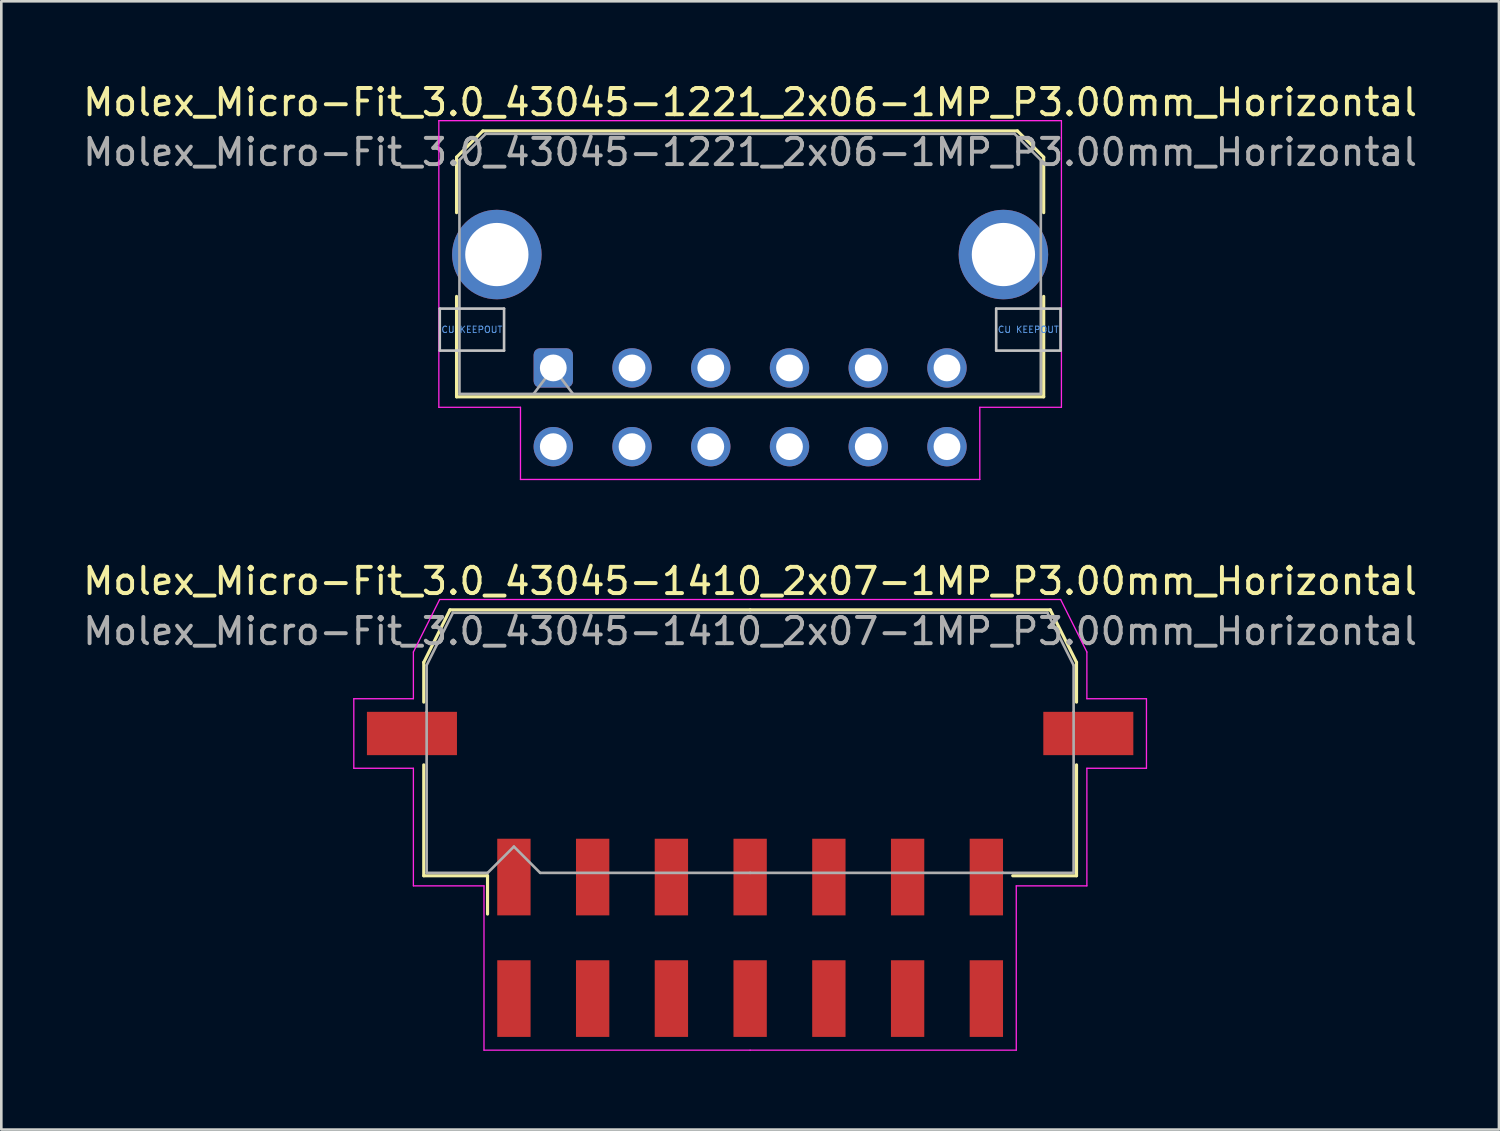
<source format=kicad_pcb>
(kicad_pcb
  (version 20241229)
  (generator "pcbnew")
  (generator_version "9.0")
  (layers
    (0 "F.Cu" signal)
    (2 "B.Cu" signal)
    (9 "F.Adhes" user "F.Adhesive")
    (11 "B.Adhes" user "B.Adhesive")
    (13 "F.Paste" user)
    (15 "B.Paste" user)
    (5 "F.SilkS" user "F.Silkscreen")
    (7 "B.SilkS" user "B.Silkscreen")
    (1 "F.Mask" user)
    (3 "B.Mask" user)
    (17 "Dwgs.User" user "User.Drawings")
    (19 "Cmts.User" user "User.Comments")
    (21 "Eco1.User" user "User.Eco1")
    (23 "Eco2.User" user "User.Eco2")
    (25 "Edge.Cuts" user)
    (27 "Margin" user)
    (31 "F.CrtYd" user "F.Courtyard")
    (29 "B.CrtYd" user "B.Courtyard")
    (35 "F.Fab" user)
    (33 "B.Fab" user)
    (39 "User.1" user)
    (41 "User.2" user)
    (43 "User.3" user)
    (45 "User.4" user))
  (footprint "Molex_Micro-Fit_3.0_43045-1410_2x07-1MP_P3.00mm_Horizontal"
    (layer "F.Cu")
    (at 25.53 32.681)
    (property "Reference" "Molex_Micro-Fit_3.0_43045-1410_2x07-1MP_P3.00mm_Horizontal" (at 0 -13.59 0) (layer "F.SilkS") (effects (font (size 1 1) (thickness 0.15))))
    (attr smd)
    (fp_line (start -12.435 -10.495) (end -12.435 -8.98) (stroke (width 0.12) (type solid)) (layer "F.SilkS"))
    (fp_line (start -12.435 -6.59) (end -12.435 -2.365) (stroke (width 0.12) (type solid)) (layer "F.SilkS"))
    (fp_line (start -12.435 -2.365) (end -10.005 -2.365) (stroke (width 0.12) (type solid)) (layer "F.SilkS"))
    (fp_line (start -11.435 -12.495) (end -12.435 -10.495) (stroke (width 0.12) (type solid)) (layer "F.SilkS"))
    (fp_line (start -10.005 -2.365) (end -10.005 -0.905) (stroke (width 0.12) (type solid)) (layer "F.SilkS"))
    (fp_line (start 0 -12.495) (end -11.435 -12.495) (stroke (width 0.12) (type solid)) (layer "F.SilkS"))
    (fp_line (start 0 -12.495) (end 11.435 -12.495) (stroke (width 0.12) (type solid)) (layer "F.SilkS"))
    (fp_line (start 11.435 -12.495) (end 12.435 -10.495) (stroke (width 0.12) (type solid)) (layer "F.SilkS"))
    (fp_line (start 12.435 -10.495) (end 12.435 -8.98) (stroke (width 0.12) (type solid)) (layer "F.SilkS"))
    (fp_line (start 12.435 -6.59) (end 12.435 -2.365) (stroke (width 0.12) (type solid)) (layer "F.SilkS"))
    (fp_line (start 12.435 -2.365) (end 10.005 -2.365) (stroke (width 0.12) (type solid)) (layer "F.SilkS"))
    (fp_line (start -15.1 -9.11) (end -15.1 -6.46) (stroke (width 0.05) (type solid)) (layer "F.CrtYd"))
    (fp_line (start -15.1 -6.46) (end -12.83 -6.46) (stroke (width 0.05) (type solid)) (layer "F.CrtYd"))
    (fp_line (start -12.83 -10.89) (end -12.83 -9.11) (stroke (width 0.05) (type solid)) (layer "F.CrtYd"))
    (fp_line (start -12.83 -9.11) (end -15.1 -9.11) (stroke (width 0.05) (type solid)) (layer "F.CrtYd"))
    (fp_line (start -12.83 -6.46) (end -12.83 -1.98) (stroke (width 0.05) (type solid)) (layer "F.CrtYd"))
    (fp_line (start -12.83 -1.98) (end -10.14 -1.98) (stroke (width 0.05) (type solid)) (layer "F.CrtYd"))
    (fp_line (start -11.83 -12.89) (end -12.83 -10.89) (stroke (width 0.05) (type solid)) (layer "F.CrtYd"))
    (fp_line (start -10.14 -1.98) (end -10.14 4.28) (stroke (width 0.05) (type solid)) (layer "F.CrtYd"))
    (fp_line (start -10.14 4.28) (end 0 4.28) (stroke (width 0.05) (type solid)) (layer "F.CrtYd"))
    (fp_line (start 0 -12.89) (end -11.83 -12.89) (stroke (width 0.05) (type solid)) (layer "F.CrtYd"))
    (fp_line (start 0 -12.89) (end 11.83 -12.89) (stroke (width 0.05) (type solid)) (layer "F.CrtYd"))
    (fp_line (start 10.14 -1.98) (end 10.14 4.28) (stroke (width 0.05) (type solid)) (layer "F.CrtYd"))
    (fp_line (start 10.14 4.28) (end 0 4.28) (stroke (width 0.05) (type solid)) (layer "F.CrtYd"))
    (fp_line (start 11.83 -12.89) (end 12.83 -10.89) (stroke (width 0.05) (type solid)) (layer "F.CrtYd"))
    (fp_line (start 12.83 -10.89) (end 12.83 -9.11) (stroke (width 0.05) (type solid)) (layer "F.CrtYd"))
    (fp_line (start 12.83 -9.11) (end 15.1 -9.11) (stroke (width 0.05) (type solid)) (layer "F.CrtYd"))
    (fp_line (start 12.83 -6.46) (end 12.83 -1.98) (stroke (width 0.05) (type solid)) (layer "F.CrtYd"))
    (fp_line (start 12.83 -1.98) (end 10.14 -1.98) (stroke (width 0.05) (type solid)) (layer "F.CrtYd"))
    (fp_line (start 15.1 -9.11) (end 15.1 -6.46) (stroke (width 0.05) (type solid)) (layer "F.CrtYd"))
    (fp_line (start 15.1 -6.46) (end 12.83 -6.46) (stroke (width 0.05) (type solid)) (layer "F.CrtYd"))
    (fp_line (start -12.325 -10.385) (end -12.325 -8.61) (stroke (width 0.1) (type solid)) (layer "F.Fab"))
    (fp_line (start -12.325 -8.61) (end -12.325 -2.475) (stroke (width 0.1) (type solid)) (layer "F.Fab"))
    (fp_line (start -12.325 -2.475) (end -10 -2.475) (stroke (width 0.1) (type solid)) (layer "F.Fab"))
    (fp_line (start -11.325 -12.385) (end -12.325 -10.385) (stroke (width 0.1) (type solid)) (layer "F.Fab"))
    (fp_line (start -10 -2.475) (end -9 -3.475) (stroke (width 0.1) (type solid)) (layer "F.Fab"))
    (fp_line (start -9 -3.475) (end -8 -2.475) (stroke (width 0.1) (type solid)) (layer "F.Fab"))
    (fp_line (start -8 -2.475) (end 0 -2.475) (stroke (width 0.1) (type solid)) (layer "F.Fab"))
    (fp_line (start 0 -12.385) (end -11.325 -12.385) (stroke (width 0.1) (type solid)) (layer "F.Fab"))
    (fp_line (start 0 -12.385) (end 11.325 -12.385) (stroke (width 0.1) (type solid)) (layer "F.Fab"))
    (fp_line (start 9.635 -2.475) (end 0 -2.475) (stroke (width 0.1) (type solid)) (layer "F.Fab"))
    (fp_line (start 11.325 -12.385) (end 12.325 -10.385) (stroke (width 0.1) (type solid)) (layer "F.Fab"))
    (fp_line (start 12.325 -10.385) (end 12.325 -8.61) (stroke (width 0.1) (type solid)) (layer "F.Fab"))
    (fp_line (start 12.325 -8.61) (end 12.325 -2.475) (stroke (width 0.1) (type solid)) (layer "F.Fab"))
    (fp_line (start 12.325 -2.475) (end 9.635 -2.475) (stroke (width 0.1) (type solid)) (layer "F.Fab"))
    (fp_text user "${REFERENCE}" (at 0 -11.68 0) (layer "F.Fab") (effects (font (size 1 1) (thickness 0.15))))
    (pad "1" smd rect (at -9 -2.315) (size 1.27 2.92) (layers "F.Cu" "F.Mask" "F.Paste"))
    (pad "2" smd rect (at -6 -2.315) (size 1.27 2.92) (layers "F.Cu" "F.Mask" "F.Paste"))
    (pad "3" smd rect (at -3 -2.315) (size 1.27 2.92) (layers "F.Cu" "F.Mask" "F.Paste"))
    (pad "4" smd rect (at 0 -2.315) (size 1.27 2.92) (layers "F.Cu" "F.Mask" "F.Paste"))
    (pad "5" smd rect (at 3 -2.315) (size 1.27 2.92) (layers "F.Cu" "F.Mask" "F.Paste"))
    (pad "6" smd rect (at 6 -2.315) (size 1.27 2.92) (layers "F.Cu" "F.Mask" "F.Paste"))
    (pad "7" smd rect (at 9 -2.315) (size 1.27 2.92) (layers "F.Cu" "F.Mask" "F.Paste"))
    (pad "8" smd rect (at -9 2.315) (size 1.27 2.92) (layers "F.Cu" "F.Mask" "F.Paste"))
    (pad "9" smd rect (at -6 2.315) (size 1.27 2.92) (layers "F.Cu" "F.Mask" "F.Paste"))
    (pad "10" smd rect (at -3 2.315) (size 1.27 2.92) (layers "F.Cu" "F.Mask" "F.Paste"))
    (pad "11" smd rect (at 0 2.315) (size 1.27 2.92) (layers "F.Cu" "F.Mask" "F.Paste"))
    (pad "12" smd rect (at 3 2.315) (size 1.27 2.92) (layers "F.Cu" "F.Mask" "F.Paste"))
    (pad "13" smd rect (at 6 2.315) (size 1.27 2.92) (layers "F.Cu" "F.Mask" "F.Paste"))
    (pad "14" smd rect (at 9 2.315) (size 1.27 2.92) (layers "F.Cu" "F.Mask" "F.Paste"))
    (pad "MP" smd rect (at -12.885 -7.785) (size 3.43 1.65) (layers "F.Cu" "F.Mask" "F.Paste"))
    (pad "MP" smd rect (at 12.885 -7.785) (size 3.43 1.65) (layers "F.Cu" "F.Mask" "F.Paste")))
  (footprint "Molex_Micro-Fit_3.0_43045-1221_2x06-1MP_P3.00mm_Horizontal"
    (layer "F.Cu")
    (at 18.03 10.968)
    (property "Reference" "Molex_Micro-Fit_3.0_43045-1221_2x06-1MP_P3.00mm_Horizontal" (at 7.5 -10.12 0) (layer "F.SilkS") (effects (font (size 1 1) (thickness 0.15))))
    (attr through_hole)
    (fp_line (start -3.685 -8.03) (end -2.685 -9.03) (stroke (width 0.12) (type solid)) (layer "F.SilkS"))
    (fp_line (start -3.685 -5.915) (end -3.685 -8.03) (stroke (width 0.12) (type solid)) (layer "F.SilkS"))
    (fp_line (start -3.685 -2.725) (end -3.685 1.1) (stroke (width 0.12) (type solid)) (layer "F.SilkS"))
    (fp_line (start -3.685 1.1) (end 18.685 1.1) (stroke (width 0.12) (type solid)) (layer "F.SilkS"))
    (fp_line (start -2.685 -9.03) (end 17.685 -9.03) (stroke (width 0.12) (type solid)) (layer "F.SilkS"))
    (fp_line (start 17.685 -9.03) (end 18.685 -8.03) (stroke (width 0.12) (type solid)) (layer "F.SilkS"))
    (fp_line (start 18.685 -8.03) (end 18.685 -5.915) (stroke (width 0.12) (type solid)) (layer "F.SilkS"))
    (fp_line (start 18.685 1.1) (end 18.685 -2.725) (stroke (width 0.12) (type solid)) (layer "F.SilkS"))
    (fp_line (start -4.325 -2.26) (end -4.325 -0.66) (stroke (width 0.1) (type solid)) (layer "Dwgs.User"))
    (fp_line (start -4.325 -0.66) (end -1.875 -0.66) (stroke (width 0.1) (type solid)) (layer "Dwgs.User"))
    (fp_line (start -1.875 -2.26) (end -4.325 -2.26) (stroke (width 0.1) (type solid)) (layer "Dwgs.User"))
    (fp_line (start -1.875 -0.66) (end -1.875 -2.26) (stroke (width 0.1) (type solid)) (layer "Dwgs.User"))
    (fp_line (start 16.875 -2.26) (end 16.875 -0.66) (stroke (width 0.1) (type solid)) (layer "Dwgs.User"))
    (fp_line (start 16.875 -0.66) (end 19.325 -0.66) (stroke (width 0.1) (type solid)) (layer "Dwgs.User"))
    (fp_line (start 19.325 -2.26) (end 16.875 -2.26) (stroke (width 0.1) (type solid)) (layer "Dwgs.User"))
    (fp_line (start 19.325 -0.66) (end 19.325 -2.26) (stroke (width 0.1) (type solid)) (layer "Dwgs.User"))
    (fp_line (start -4.36 -9.42) (end 19.36 -9.42) (stroke (width 0.05) (type solid)) (layer "F.CrtYd"))
    (fp_line (start -4.36 1.5) (end -4.36 -9.42) (stroke (width 0.05) (type solid)) (layer "F.CrtYd"))
    (fp_line (start -1.25 1.5) (end -4.36 1.5) (stroke (width 0.05) (type solid)) (layer "F.CrtYd"))
    (fp_line (start -1.25 4.25) (end -1.25 1.5) (stroke (width 0.05) (type solid)) (layer "F.CrtYd"))
    (fp_line (start 16.25 1.5) (end 16.25 4.25) (stroke (width 0.05) (type solid)) (layer "F.CrtYd"))
    (fp_line (start 16.25 4.25) (end -1.25 4.25) (stroke (width 0.05) (type solid)) (layer "F.CrtYd"))
    (fp_line (start 19.36 -9.42) (end 19.36 1.5) (stroke (width 0.05) (type solid)) (layer "F.CrtYd"))
    (fp_line (start 19.36 1.5) (end 16.25 1.5) (stroke (width 0.05) (type solid)) (layer "F.CrtYd"))
    (fp_line (start -3.575 -7.92) (end -2.575 -8.92) (stroke (width 0.1) (type solid)) (layer "F.Fab"))
    (fp_line (start -3.575 0.99) (end -3.575 -7.92) (stroke (width 0.1) (type solid)) (layer "F.Fab"))
    (fp_line (start -2.575 -8.92) (end 17.575 -8.92) (stroke (width 0.1) (type solid)) (layer "F.Fab"))
    (fp_line (start -0.75 0.99) (end 0 0) (stroke (width 0.1) (type solid)) (layer "F.Fab"))
    (fp_line (start 0 0) (end 0.75 0.99) (stroke (width 0.1) (type solid)) (layer "F.Fab"))
    (fp_line (start 17.575 -8.92) (end 18.575 -7.92) (stroke (width 0.1) (type solid)) (layer "F.Fab"))
    (fp_line (start 18.575 -7.92) (end 18.575 0.99) (stroke (width 0.1) (type solid)) (layer "F.Fab"))
    (fp_line (start 18.575 0.99) (end -3.575 0.99) (stroke (width 0.1) (type solid)) (layer "F.Fab"))
    (fp_text user "CU KEEPOUT" (at 18.1 -1.46 0) (layer "Cmts.User") (effects (font (size 0.245 0.245) (thickness 0.037))))
    (fp_text user "CU KEEPOUT" (at -3.1 -1.46 0) (layer "Cmts.User") (effects (font (size 0.245 0.245) (thickness 0.037))))
    (fp_text user "${REFERENCE}" (at 7.5 -8.22 0) (layer "F.Fab") (effects (font (size 1 1) (thickness 0.15))))
    (pad "1" thru_hole roundrect (at 0 0) (size 1.5 1.5) (drill 1.02) (layers "*.Cu" "*.Mask") (roundrect_rratio 0.167))
    (pad "2" thru_hole circle (at 3 0) (size 1.5 1.5) (drill 1.02) (layers "*.Cu" "*.Mask"))
    (pad "3" thru_hole circle (at 6 0) (size 1.5 1.5) (drill 1.02) (layers "*.Cu" "*.Mask"))
    (pad "4" thru_hole circle (at 9 0) (size 1.5 1.5) (drill 1.02) (layers "*.Cu" "*.Mask"))
    (pad "5" thru_hole circle (at 12 0) (size 1.5 1.5) (drill 1.02) (layers "*.Cu" "*.Mask"))
    (pad "6" thru_hole circle (at 15 0) (size 1.5 1.5) (drill 1.02) (layers "*.Cu" "*.Mask"))
    (pad "7" thru_hole circle (at 0 3) (size 1.5 1.5) (drill 1.02) (layers "*.Cu" "*.Mask"))
    (pad "8" thru_hole circle (at 3 3) (size 1.5 1.5) (drill 1.02) (layers "*.Cu" "*.Mask"))
    (pad "9" thru_hole circle (at 6 3) (size 1.5 1.5) (drill 1.02) (layers "*.Cu" "*.Mask"))
    (pad "10" thru_hole circle (at 9 3) (size 1.5 1.5) (drill 1.02) (layers "*.Cu" "*.Mask"))
    (pad "11" thru_hole circle (at 12 3) (size 1.5 1.5) (drill 1.02) (layers "*.Cu" "*.Mask"))
    (pad "12" thru_hole circle (at 15 3) (size 1.5 1.5) (drill 1.02) (layers "*.Cu" "*.Mask"))
    (pad "MP" thru_hole circle (at -2.15 -4.32) (size 3.41 3.41) (drill 2.41) (layers "*.Cu" "*.Mask"))
    (pad "MP" thru_hole circle (at 17.15 -4.32) (size 3.41 3.41) (drill 2.41) (layers "*.Cu" "*.Mask")))
  (gr_rect
    (start -3 -3)
    (end 54.06 39.986)
    (stroke (width 0.1) (type default))
    (fill no)
    (layer "Edge.Cuts")))
</source>
